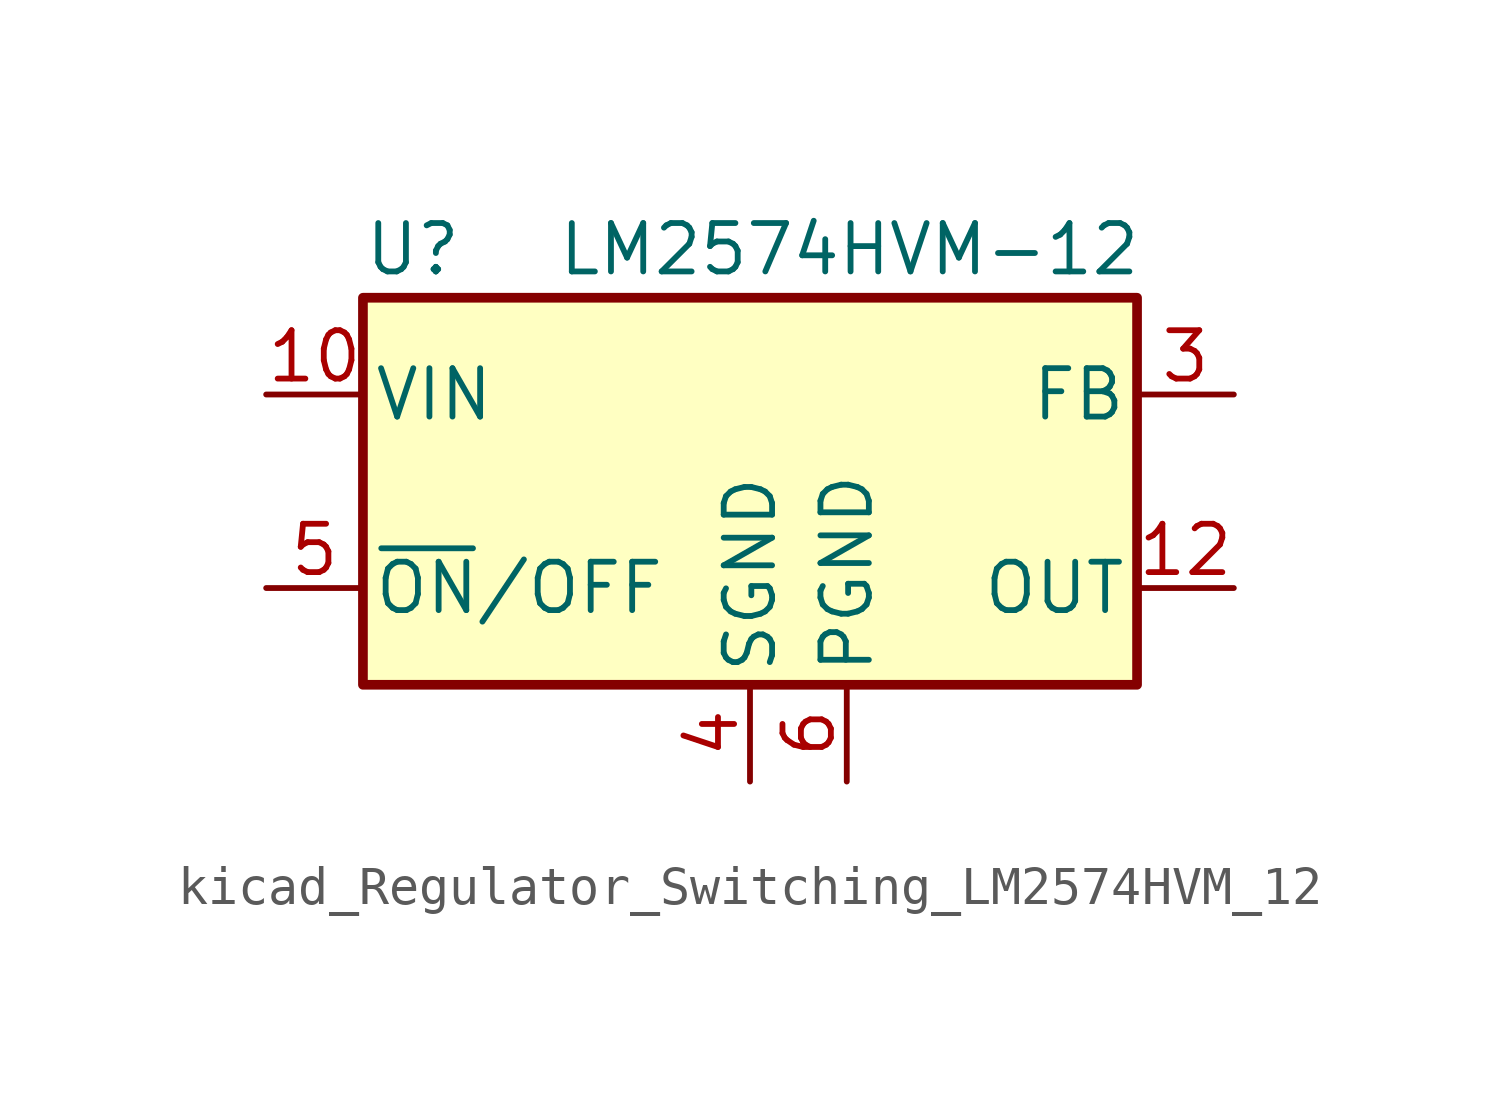
<source format=kicad_sym>
(kicad_symbol_lib
  (version 20220914)
  (generator kicad_symbol_editor)
  (symbol "kicad_Regulator_Switching_LM2574HVM_12"
    (pin_names
      (offset 0.254))
    (property "Reference" "U"
      (at -10.16 6.35 0)
      (effects (font (size 1.27 1.27)) (justify left)))
    (property "Value" "LM2574HVM-12"
      (at -5.08 6.35 0)
      (effects (font (size 1.27 1.27)) (justify left)))
    (symbol "kicad_Regulator_Switching_LM2574HVM_12_0_1"
      (rectangle (start -10.16 5.08) (end 10.16 -5.08) (stroke (width 0.254) (type default)) (fill (type background))))
    (symbol "kicad_Regulator_Switching_LM2574HVM_12_1_1"
      (pin power_in line (at -12.7 2.54 0) (length 2.54) (name "VIN" (effects (font (size 1.27 1.27)))) (number "10" (effects (font (size 1.27 1.27)))))
      (pin output line (at 12.7 -2.54 180) (length 2.54) (name "OUT" (effects (font (size 1.27 1.27)))) (number "12" (effects (font (size 1.27 1.27)))))
      (pin input line (at 12.7 2.54 180) (length 2.54) (name "FB" (effects (font (size 1.27 1.27)))) (number "3" (effects (font (size 1.27 1.27)))))
      (pin power_in line (at 0 -7.62 90) (length 2.54) (name "SGND" (effects (font (size 1.27 1.27)))) (number "4" (effects (font (size 1.27 1.27)))))
      (pin input line (at -12.7 -2.54 0) (length 2.54) (name "~{ON}/OFF" (effects (font (size 1.27 1.27)))) (number "5" (effects (font (size 1.27 1.27)))))
      (pin power_in line (at 2.54 -7.62 90) (length 2.54) (name "PGND" (effects (font (size 1.27 1.27)))) (number "6" (effects (font (size 1.27 1.27))))))))
</source>
